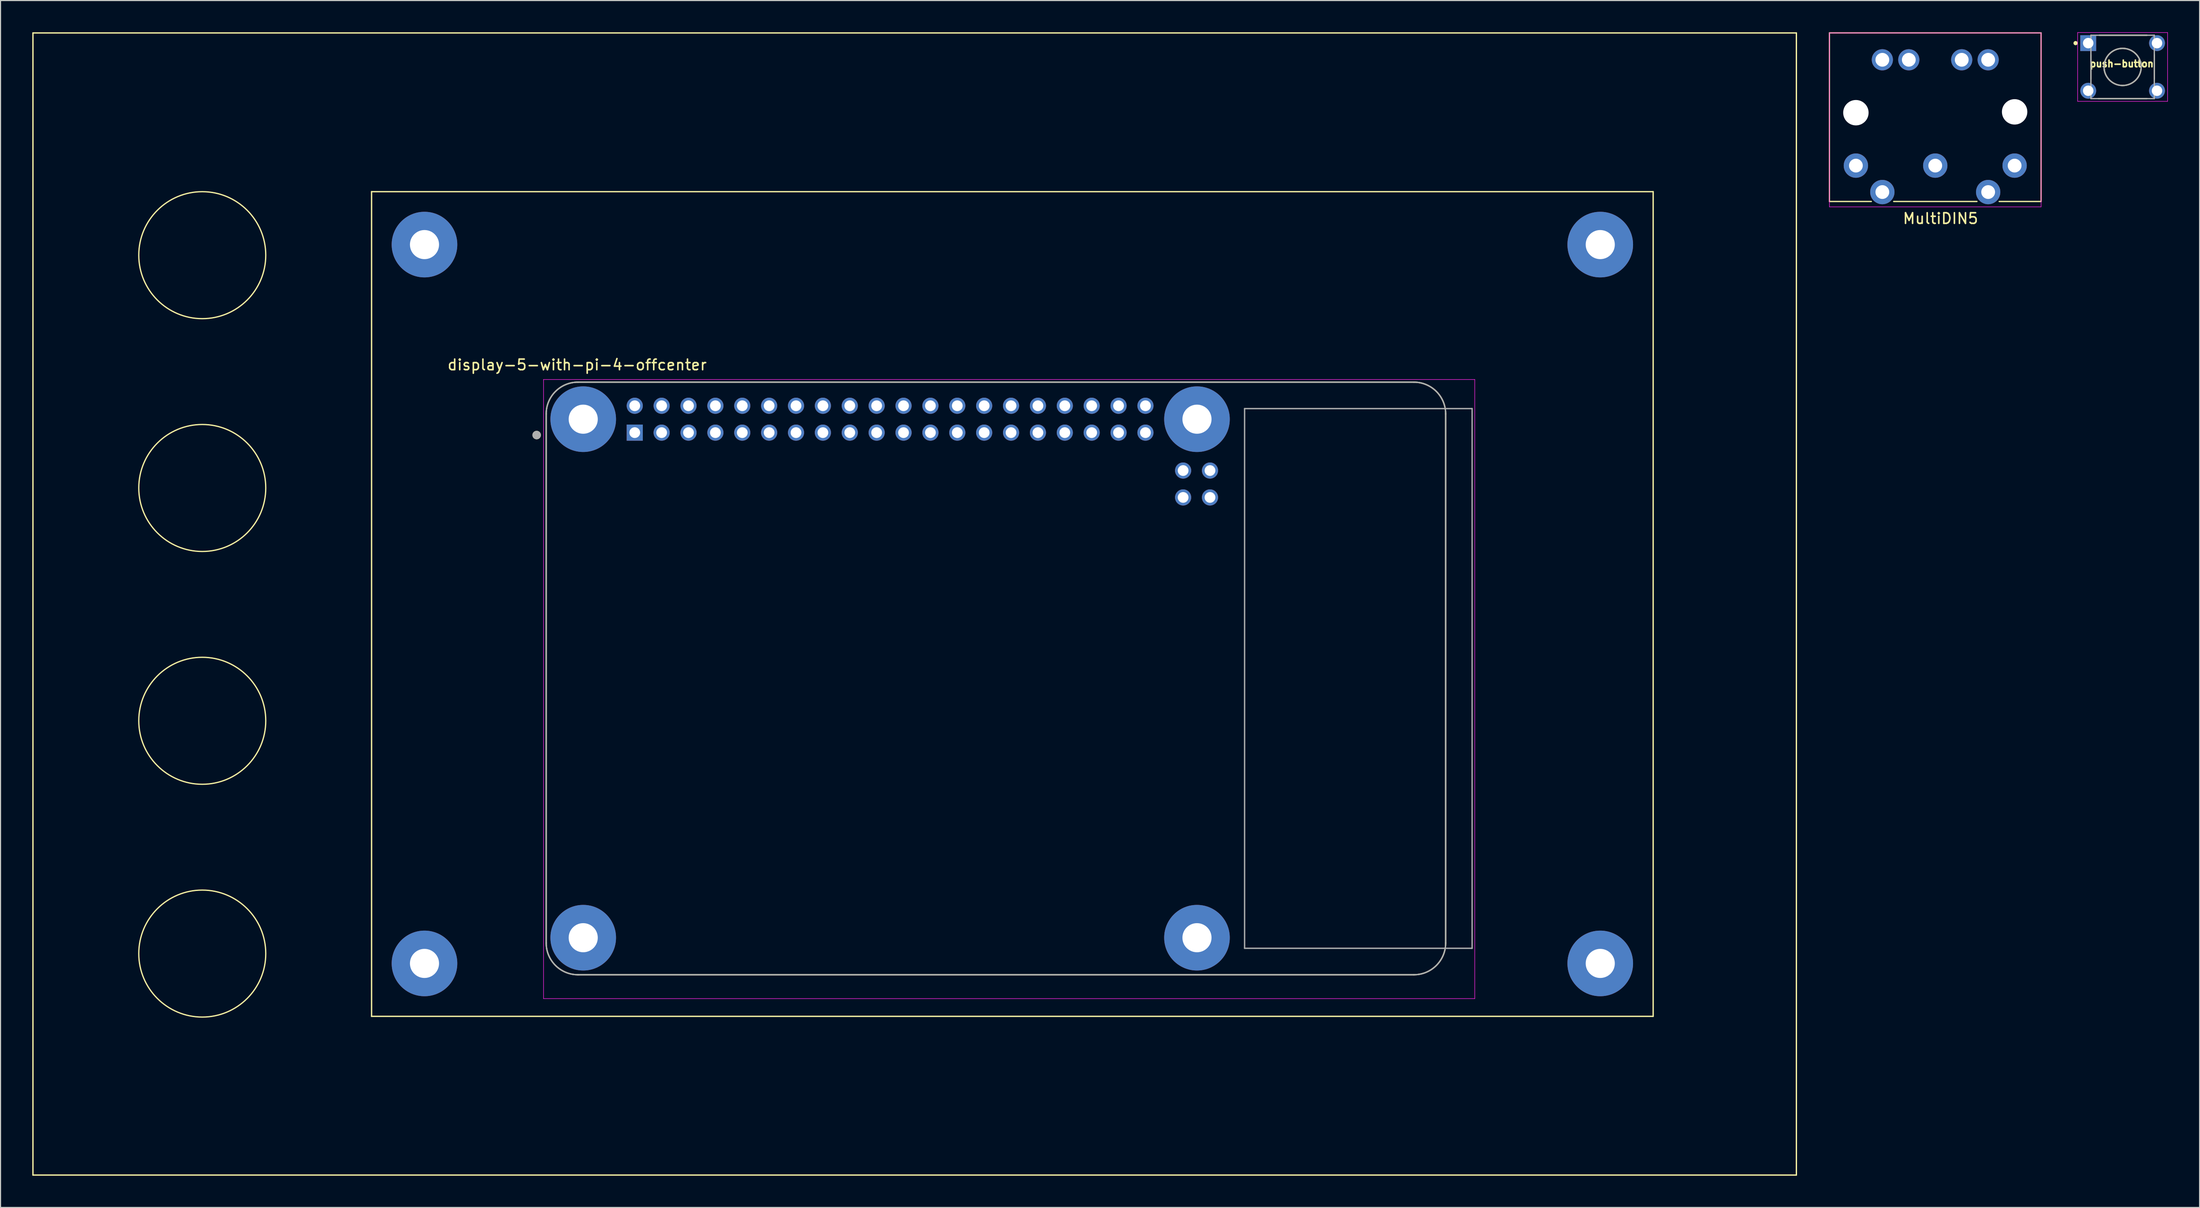
<source format=kicad_pcb>
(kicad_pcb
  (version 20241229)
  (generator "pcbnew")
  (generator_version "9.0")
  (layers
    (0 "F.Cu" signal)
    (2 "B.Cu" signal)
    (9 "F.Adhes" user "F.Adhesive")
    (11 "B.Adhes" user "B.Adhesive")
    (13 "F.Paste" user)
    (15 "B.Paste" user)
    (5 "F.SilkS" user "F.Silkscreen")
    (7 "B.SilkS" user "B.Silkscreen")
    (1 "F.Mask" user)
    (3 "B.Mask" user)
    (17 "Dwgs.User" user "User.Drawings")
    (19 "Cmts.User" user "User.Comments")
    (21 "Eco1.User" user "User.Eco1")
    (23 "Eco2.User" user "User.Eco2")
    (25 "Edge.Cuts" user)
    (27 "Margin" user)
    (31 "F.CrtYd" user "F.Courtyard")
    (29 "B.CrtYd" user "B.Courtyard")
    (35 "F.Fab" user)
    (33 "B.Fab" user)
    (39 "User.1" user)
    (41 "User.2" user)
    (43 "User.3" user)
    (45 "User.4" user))
  (footprint "MultiDIN5"
    (layer "F.Cu")
    (at 172.331 12.6)
    (property "Reference" "MultiDIN5" (at 8 5 0) (layer "F.SilkS") (effects (font (size 1 1) (thickness 0.15))))
    (attr through_hole)
    (fp_line (start -2.5 3.39) (end -2.5 -12.54) (stroke (width 0.12) (type solid)) (layer "F.SilkS"))
    (fp_line (start 1.46 3.39) (end -2.5 3.39) (stroke (width 0.12) (type solid)) (layer "F.SilkS"))
    (fp_line (start 11.44 3.39) (end 3.57 3.39) (stroke (width 0.12) (type solid)) (layer "F.SilkS"))
    (fp_line (start 17.5 -12.54) (end -2.5 -12.54) (stroke (width 0.12) (type solid)) (layer "F.SilkS"))
    (fp_line (start 17.5 3.39) (end 13.54 3.39) (stroke (width 0.12) (type solid)) (layer "F.SilkS"))
    (fp_line (start 17.5 3.39) (end 17.5 -12.54) (stroke (width 0.12) (type solid)) (layer "F.SilkS"))
    (fp_line (start -2.5 -12.54) (end -2.5 3.9) (stroke (width 0.05) (type solid)) (layer "F.CrtYd"))
    (fp_line (start 17.5 -12.54) (end -2.5 -12.54) (stroke (width 0.05) (type solid)) (layer "F.CrtYd"))
    (fp_line (start 17.5 3.9) (end -2.5 3.9) (stroke (width 0.05) (type solid)) (layer "F.CrtYd"))
    (fp_line (start 17.5 3.9) (end 17.5 -12.54) (stroke (width 0.05) (type solid)) (layer "F.CrtYd"))
    (pad "" np_thru_hole circle (at 0 -5) (size 2.4 2.4) (drill 2.4) (layers "*.Cu" "*.Mask"))
    (pad "" thru_hole circle (at 2.5 -10) (size 2 2) (drill 1.3) (layers "*.Cu" "*.Mask"))
    (pad "" thru_hole circle (at 5 -10) (size 2 2) (drill 1.3) (layers "*.Cu" "*.Mask"))
    (pad "" thru_hole circle (at 10 -10) (size 2 2) (drill 1.3) (layers "*.Cu" "*.Mask"))
    (pad "" thru_hole circle (at 12.5 -10) (size 2 2) (drill 1.3) (layers "*.Cu" "*.Mask"))
    (pad "" np_thru_hole circle (at 15 -5.08) (size 2.4 2.4) (drill 2.4) (layers "*.Cu" "*.Mask"))
    (pad "1" thru_hole circle (at 0 0) (size 2.3 2.3) (drill 1.3) (layers "*.Cu" "*.Mask"))
    (pad "2" thru_hole circle (at 7.5 0) (size 2.3 2.3) (drill 1.3) (layers "*.Cu" "*.Mask"))
    (pad "3" thru_hole circle (at 15 0) (size 2.3 2.3) (drill 1.3) (layers "*.Cu" "*.Mask"))
    (pad "4" thru_hole circle (at 2.5 2.5) (size 2.3 2.3) (drill 1.3) (layers "*.Cu" "*.Mask"))
    (pad "5" thru_hole circle (at 12.5 2.5) (size 2.3 2.3) (drill 1.3) (layers "*.Cu" "*.Mask")))
  (footprint "display-5-with-pi-4-offcenter"
    (layer "F.Cu")
    (at 16.064 65.064)
    (property "Reference" "display-5-with-pi-4-offcenter" (at 35.425 -33.635 0) (layer "F.SilkS") (effects (font (size 1 1) (thickness 0.15))))
    (attr through_hole)
    (fp_line (start -16 42.93) (end -16 -65) (stroke (width 0.127) (type solid)) (layer "F.SilkS"))
    (fp_line (start 16 27.93) (end 16 -50) (stroke (width 0.127) (type solid)) (layer "F.SilkS"))
    (fp_line (start 32.5 -29) (end 32.5 21) (stroke (width 0.127) (type solid)) (layer "F.SilkS"))
    (fp_line (start 35.5 24) (end 114.5 24) (stroke (width 0.127) (type solid)) (layer "F.SilkS"))
    (fp_line (start 114.5 -32) (end 35.5 -32) (stroke (width 0.127) (type solid)) (layer "F.SilkS"))
    (fp_line (start 117.5 21) (end 117.5 -29) (stroke (width 0.127) (type solid)) (layer "F.SilkS"))
    (fp_line (start 137.109 -50) (end 16 -50) (stroke (width 0.127) (type solid)) (layer "F.SilkS"))
    (fp_line (start 137.109 27.93) (end 16 27.93) (stroke (width 0.127) (type solid)) (layer "F.SilkS"))
    (fp_line (start 137.109 27.93) (end 137.109 -50) (stroke (width 0.127) (type solid)) (layer "F.SilkS"))
    (fp_line (start 150.644 -65) (end -16 -65) (stroke (width 0.127) (type solid)) (layer "F.SilkS"))
    (fp_line (start 150.644 42.93) (end -16 42.93) (stroke (width 0.127) (type solid)) (layer "F.SilkS"))
    (fp_line (start 150.644 42.93) (end 150.644 -65) (stroke (width 0.127) (type solid)) (layer "F.SilkS"))
    (fp_arc (start 32.5 -29) (mid 33.37868 -31.12132) (end 35.5 -32) (stroke (width 0.127) (type solid)) (layer "F.SilkS"))
    (fp_arc (start 35.5 24) (mid 33.37868 23.12132) (end 32.5 21) (stroke (width 0.127) (type solid)) (layer "F.SilkS"))
    (fp_arc (start 114.5 -32) (mid 116.62132 -31.12132) (end 117.5 -29) (stroke (width 0.127) (type solid)) (layer "F.SilkS"))
    (fp_arc (start 117.5 21) (mid 116.62132 23.12132) (end 114.5 24) (stroke (width 0.127) (type solid)) (layer "F.SilkS"))
    (fp_circle (center 0 -44) (end 6 -44) (stroke (width 0.12) (type solid)) (fill no) (layer "F.SilkS"))
    (fp_circle (center 0 -22) (end 6 -22) (stroke (width 0.12) (type solid)) (fill no) (layer "F.SilkS"))
    (fp_circle (center 0 0) (end 6 0) (stroke (width 0.12) (type solid)) (fill no) (layer "F.SilkS"))
    (fp_circle (center 0 22) (end 6 22) (stroke (width 0.12) (type solid)) (fill no) (layer "F.SilkS"))
    (fp_circle (center 31.6 -27) (end 31.8 -27) (stroke (width 0.4) (type solid)) (fill no) (layer "F.SilkS"))
    (fp_line (start 32.25 -32.25) (end 120.25 -32.25) (stroke (width 0.05) (type solid)) (layer "F.CrtYd"))
    (fp_line (start 32.25 26.255) (end 32.25 -32.25) (stroke (width 0.05) (type solid)) (layer "F.CrtYd"))
    (fp_line (start 120.25 -32.25) (end 120.25 26.255) (stroke (width 0.05) (type solid)) (layer "F.CrtYd"))
    (fp_line (start 120.25 26.255) (end 32.25 26.255) (stroke (width 0.05) (type solid)) (layer "F.CrtYd"))
    (fp_line (start 32.5 -29) (end 32.5 21) (stroke (width 0.127) (type solid)) (layer "F.Fab"))
    (fp_line (start 35.5 24) (end 114.5 24) (stroke (width 0.127) (type solid)) (layer "F.Fab"))
    (fp_line (start 98.5 -29.5) (end 98.5 21.5) (stroke (width 0.127) (type solid)) (layer "F.Fab"))
    (fp_line (start 98.5 21.5) (end 120 21.5) (stroke (width 0.127) (type solid)) (layer "F.Fab"))
    (fp_line (start 114.5 -32) (end 35.5 -32) (stroke (width 0.127) (type solid)) (layer "F.Fab"))
    (fp_line (start 117.5 21) (end 117.5 -29) (stroke (width 0.127) (type solid)) (layer "F.Fab"))
    (fp_line (start 120 -29.5) (end 98.5 -29.5) (stroke (width 0.127) (type solid)) (layer "F.Fab"))
    (fp_line (start 120 21.5) (end 120 -29.5) (stroke (width 0.127) (type solid)) (layer "F.Fab"))
    (fp_arc (start 32.5 -29) (mid 33.37868 -31.12132) (end 35.5 -32) (stroke (width 0.127) (type solid)) (layer "F.Fab"))
    (fp_arc (start 35.5 24) (mid 33.37868 23.12132) (end 32.5 21) (stroke (width 0.127) (type solid)) (layer "F.Fab"))
    (fp_arc (start 114.5 -32) (mid 116.62132 -31.12132) (end 117.5 -29) (stroke (width 0.127) (type solid)) (layer "F.Fab"))
    (fp_arc (start 117.5 21) (mid 116.62132 23.12132) (end 114.5 24) (stroke (width 0.127) (type solid)) (layer "F.Fab"))
    (fp_circle (center 31.6 -27) (end 31.8 -27) (stroke (width 0.4) (type solid)) (fill no) (layer "F.Fab"))
    (pad "1" thru_hole rect (at 40.87 -27.23) (size 1.524 1.524) (drill 1.016) (layers "*.Cu" "*.Mask"))
    (pad "2" thru_hole circle (at 40.87 -29.77) (size 1.524 1.524) (drill 1.016) (layers "*.Cu" "*.Mask"))
    (pad "3" thru_hole circle (at 43.41 -27.23) (size 1.524 1.524) (drill 1.016) (layers "*.Cu" "*.Mask"))
    (pad "4" thru_hole circle (at 43.41 -29.77) (size 1.524 1.524) (drill 1.016) (layers "*.Cu" "*.Mask"))
    (pad "5" thru_hole circle (at 45.95 -27.23) (size 1.524 1.524) (drill 1.016) (layers "*.Cu" "*.Mask"))
    (pad "6" thru_hole circle (at 45.95 -29.77) (size 1.524 1.524) (drill 1.016) (layers "*.Cu" "*.Mask"))
    (pad "7" thru_hole circle (at 48.49 -27.23) (size 1.524 1.524) (drill 1.016) (layers "*.Cu" "*.Mask"))
    (pad "8" thru_hole circle (at 48.49 -29.77) (size 1.524 1.524) (drill 1.016) (layers "*.Cu" "*.Mask"))
    (pad "9" thru_hole circle (at 51.03 -27.23) (size 1.524 1.524) (drill 1.016) (layers "*.Cu" "*.Mask"))
    (pad "10" thru_hole circle (at 51.03 -29.77) (size 1.524 1.524) (drill 1.016) (layers "*.Cu" "*.Mask"))
    (pad "11" thru_hole circle (at 53.57 -27.23) (size 1.524 1.524) (drill 1.016) (layers "*.Cu" "*.Mask"))
    (pad "12" thru_hole circle (at 53.57 -29.77) (size 1.524 1.524) (drill 1.016) (layers "*.Cu" "*.Mask"))
    (pad "13" thru_hole circle (at 56.11 -27.23) (size 1.524 1.524) (drill 1.016) (layers "*.Cu" "*.Mask"))
    (pad "14" thru_hole circle (at 56.11 -29.77) (size 1.524 1.524) (drill 1.016) (layers "*.Cu" "*.Mask"))
    (pad "15" thru_hole circle (at 58.65 -27.23) (size 1.524 1.524) (drill 1.016) (layers "*.Cu" "*.Mask"))
    (pad "16" thru_hole circle (at 58.65 -29.77) (size 1.524 1.524) (drill 1.016) (layers "*.Cu" "*.Mask"))
    (pad "17" thru_hole circle (at 61.19 -27.23) (size 1.524 1.524) (drill 1.016) (layers "*.Cu" "*.Mask"))
    (pad "18" thru_hole circle (at 61.19 -29.77) (size 1.524 1.524) (drill 1.016) (layers "*.Cu" "*.Mask"))
    (pad "19" thru_hole circle (at 63.73 -27.23) (size 1.524 1.524) (drill 1.016) (layers "*.Cu" "*.Mask"))
    (pad "20" thru_hole circle (at 63.73 -29.77) (size 1.524 1.524) (drill 1.016) (layers "*.Cu" "*.Mask"))
    (pad "21" thru_hole circle (at 66.27 -27.23) (size 1.524 1.524) (drill 1.016) (layers "*.Cu" "*.Mask"))
    (pad "22" thru_hole circle (at 66.27 -29.77) (size 1.524 1.524) (drill 1.016) (layers "*.Cu" "*.Mask"))
    (pad "23" thru_hole circle (at 68.81 -27.23) (size 1.524 1.524) (drill 1.016) (layers "*.Cu" "*.Mask"))
    (pad "24" thru_hole circle (at 68.81 -29.77) (size 1.524 1.524) (drill 1.016) (layers "*.Cu" "*.Mask"))
    (pad "25" thru_hole circle (at 71.35 -27.23) (size 1.524 1.524) (drill 1.016) (layers "*.Cu" "*.Mask"))
    (pad "26" thru_hole circle (at 71.35 -29.77) (size 1.524 1.524) (drill 1.016) (layers "*.Cu" "*.Mask"))
    (pad "27" thru_hole circle (at 73.89 -27.23) (size 1.524 1.524) (drill 1.016) (layers "*.Cu" "*.Mask"))
    (pad "28" thru_hole circle (at 73.89 -29.77) (size 1.524 1.524) (drill 1.016) (layers "*.Cu" "*.Mask"))
    (pad "29" thru_hole circle (at 76.43 -27.23) (size 1.524 1.524) (drill 1.016) (layers "*.Cu" "*.Mask"))
    (pad "30" thru_hole circle (at 76.43 -29.77) (size 1.524 1.524) (drill 1.016) (layers "*.Cu" "*.Mask"))
    (pad "31" thru_hole circle (at 78.97 -27.23) (size 1.524 1.524) (drill 1.016) (layers "*.Cu" "*.Mask"))
    (pad "32" thru_hole circle (at 78.97 -29.77) (size 1.524 1.524) (drill 1.016) (layers "*.Cu" "*.Mask"))
    (pad "33" thru_hole circle (at 81.51 -27.23) (size 1.524 1.524) (drill 1.016) (layers "*.Cu" "*.Mask"))
    (pad "34" thru_hole circle (at 81.51 -29.77) (size 1.524 1.524) (drill 1.016) (layers "*.Cu" "*.Mask"))
    (pad "35" thru_hole circle (at 84.05 -27.23) (size 1.524 1.524) (drill 1.016) (layers "*.Cu" "*.Mask"))
    (pad "36" thru_hole circle (at 84.05 -29.77) (size 1.524 1.524) (drill 1.016) (layers "*.Cu" "*.Mask"))
    (pad "37" thru_hole circle (at 86.59 -27.23) (size 1.524 1.524) (drill 1.016) (layers "*.Cu" "*.Mask"))
    (pad "38" thru_hole circle (at 86.59 -29.77) (size 1.524 1.524) (drill 1.016) (layers "*.Cu" "*.Mask"))
    (pad "39" thru_hole circle (at 89.13 -27.23) (size 1.524 1.524) (drill 1.016) (layers "*.Cu" "*.Mask"))
    (pad "40" thru_hole circle (at 89.13 -29.77) (size 1.524 1.524) (drill 1.016) (layers "*.Cu" "*.Mask"))
    (pad "41" thru_hole circle (at 95.23 -21.107) (size 1.524 1.524) (drill 1.016) (layers "*.Cu" "*.Mask"))
    (pad "42" thru_hole circle (at 95.23 -23.647) (size 1.524 1.524) (drill 1.016) (layers "*.Cu" "*.Mask"))
    (pad "43" thru_hole circle (at 92.69 -21.107) (size 1.524 1.524) (drill 1.016) (layers "*.Cu" "*.Mask"))
    (pad "44" thru_hole circle (at 92.69 -23.647) (size 1.524 1.524) (drill 1.016) (layers "*.Cu" "*.Mask"))
    (pad "D1" thru_hole circle (at 21 -45) (size 6.2 6.2) (drill 2.75) (layers "*.Cu" "*.Mask"))
    (pad "D2" thru_hole circle (at 21 22.93) (size 6.2 6.2) (drill 2.75) (layers "*.Cu" "*.Mask"))
    (pad "D2" thru_hole circle (at 132.109 -45) (size 6.2 6.2) (drill 2.75) (layers "*.Cu" "*.Mask"))
    (pad "D2" thru_hole circle (at 132.109 22.93) (size 6.2 6.2) (drill 2.75) (layers "*.Cu" "*.Mask"))
    (pad "S1" thru_hole circle (at 36 -28.5) (size 6.2 6.2) (drill 2.75) (layers "*.Cu" "*.Mask"))
    (pad "S2" thru_hole circle (at 94 -28.5) (size 6.2 6.2) (drill 2.75) (layers "*.Cu" "*.Mask"))
    (pad "S3" thru_hole circle (at 94 20.5) (size 6.2 6.2) (drill 2.75) (layers "*.Cu" "*.Mask"))
    (pad "S4" thru_hole circle (at 36 20.5) (size 6.2 6.2) (drill 2.75) (layers "*.Cu" "*.Mask")))
  (footprint "push-button"
    (layer "F.Cu")
    (at 197.536 3.275)
    (property "Reference" "push-button" (at -0.085 -0.3 0) (layer "F.SilkS") (effects (font (size 0.631 0.631) (thickness 0.15))))
    (attr through_hole)
    (fp_line (start -2.995 -1.15) (end -2.995 1.15) (stroke (width 0.127) (type solid)) (layer "F.SilkS"))
    (fp_line (start -2.2 -2.995) (end 2.3 -2.995) (stroke (width 0.127) (type solid)) (layer "F.SilkS"))
    (fp_line (start 2.3 2.995) (end -2.3 2.995) (stroke (width 0.127) (type solid)) (layer "F.SilkS"))
    (fp_line (start 3 -1.15) (end 3 1.15) (stroke (width 0.127) (type solid)) (layer "F.SilkS"))
    (fp_circle (center -4.445 -2.25) (end -4.345 -2.25) (stroke (width 0.2) (type solid)) (fill no) (layer "F.SilkS"))
    (fp_circle (center 0 0) (end 1.755 0) (stroke (width 0.127) (type solid)) (fill no) (layer "F.SilkS"))
    (fp_line (start -4.25 -3.25) (end -4.25 3.25) (stroke (width 0.05) (type solid)) (layer "F.CrtYd"))
    (fp_line (start -4.25 3.25) (end 4.25 3.25) (stroke (width 0.05) (type solid)) (layer "F.CrtYd"))
    (fp_line (start 4.25 -3.25) (end -4.25 -3.25) (stroke (width 0.05) (type solid)) (layer "F.CrtYd"))
    (fp_line (start 4.25 3.25) (end 4.25 -3.25) (stroke (width 0.05) (type solid)) (layer "F.CrtYd"))
    (fp_line (start -2.995 -2.995) (end -2.995 2.995) (stroke (width 0.127) (type solid)) (layer "F.Fab"))
    (fp_line (start -2.995 2.995) (end 2.995 2.995) (stroke (width 0.127) (type solid)) (layer "F.Fab"))
    (fp_line (start 2.995 -2.995) (end -2.995 -2.995) (stroke (width 0.127) (type solid)) (layer "F.Fab"))
    (fp_line (start 2.995 2.995) (end 2.995 -2.995) (stroke (width 0.127) (type solid)) (layer "F.Fab"))
    (fp_circle (center 0 0) (end 1.755 0) (stroke (width 0.127) (type solid)) (fill no) (layer "F.Fab"))
    (pad "1" thru_hole rect (at -3.25 -2.25) (size 1.498 1.498) (drill 0.99) (layers "*.Cu" "*.Mask"))
    (pad "1" thru_hole circle (at 3.25 -2.25) (size 1.498 1.498) (drill 0.99) (layers "*.Cu" "*.Mask"))
    (pad "2" thru_hole circle (at -3.25 2.25) (size 1.498 1.498) (drill 0.99) (layers "*.Cu" "*.Mask"))
    (pad "2" thru_hole circle (at 3.25 2.25) (size 1.498 1.498) (drill 0.99) (layers "*.Cu" "*.Mask")))
  (gr_rect
    (start -3 -3)
    (end 204.811 111.057)
    (stroke (width 0.1) (type default))
    (fill no)
    (layer "Edge.Cuts")))
</source>
